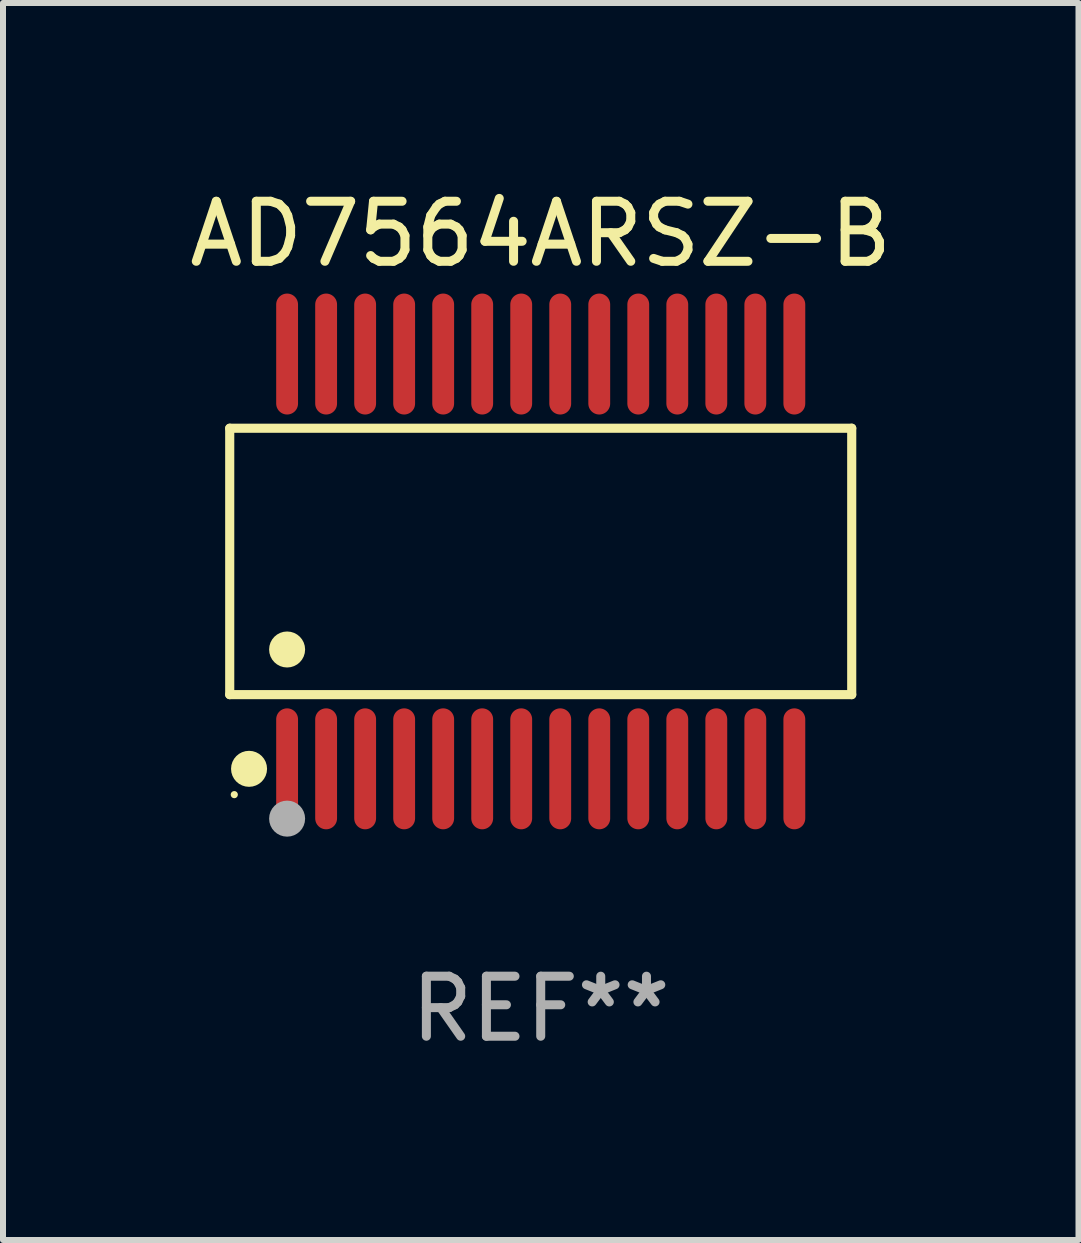
<source format=kicad_pcb>
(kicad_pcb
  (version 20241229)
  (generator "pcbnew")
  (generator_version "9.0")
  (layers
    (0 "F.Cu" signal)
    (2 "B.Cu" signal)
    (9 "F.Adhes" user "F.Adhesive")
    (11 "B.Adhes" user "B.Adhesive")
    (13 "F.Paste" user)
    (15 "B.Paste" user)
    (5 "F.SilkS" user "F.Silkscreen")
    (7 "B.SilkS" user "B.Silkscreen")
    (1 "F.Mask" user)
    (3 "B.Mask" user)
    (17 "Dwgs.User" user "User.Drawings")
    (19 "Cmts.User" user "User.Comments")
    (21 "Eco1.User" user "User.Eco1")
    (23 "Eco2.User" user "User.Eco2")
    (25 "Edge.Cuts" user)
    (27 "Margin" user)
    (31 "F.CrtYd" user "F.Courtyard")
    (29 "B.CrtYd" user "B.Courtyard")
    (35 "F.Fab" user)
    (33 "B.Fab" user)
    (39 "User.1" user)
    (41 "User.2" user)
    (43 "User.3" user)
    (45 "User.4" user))
  (footprint "AD7564ARSZ-B"
    (layer "F.Cu")
    (at 5.958 6.303)
    (property "Reference" "AD7564ARSZ-B" (at 0 -5.455 0) (layer "F.SilkS") (effects (font (size 1 1) (thickness 0.15))))
    (attr through_hole)
    (fp_line (start -5.181 -2.219) (end 5.181 -2.219) (stroke (width 0.152) (type solid)) (layer "F.SilkS"))
    (fp_line (start -5.181 2.219) (end -5.181 -2.219) (stroke (width 0.152) (type solid)) (layer "F.SilkS"))
    (fp_line (start 5.181 -2.219) (end 5.181 2.219) (stroke (width 0.152) (type solid)) (layer "F.SilkS"))
    (fp_line (start 5.181 2.219) (end -5.181 2.219) (stroke (width 0.152) (type solid)) (layer "F.SilkS"))
    (fp_circle (center -5.105 3.885) (end -5.075 3.885) (stroke (width 0.06) (type solid)) (fill no) (layer "F.SilkS"))
    (fp_circle (center -4.859 3.455) (end -4.709 3.455) (stroke (width 0.3) (type solid)) (fill no) (layer "F.SilkS"))
    (fp_circle (center -4.225 1.467) (end -4.075 1.467) (stroke (width 0.3) (type solid)) (fill no) (layer "F.SilkS"))
    (fp_circle (center -4.225 4.285) (end -4.075 4.285) (stroke (width 0.3) (type solid)) (fill no) (layer "F.Fab"))
    (fp_text user "REF**" (at 0 7.455 0) (layer "F.Fab") (effects (font (size 1 1) (thickness 0.15))))
    (pad "1" smd oval (at -4.225 3.455) (size 0.364 2.015) (layers "F.Cu" "F.Mask" "F.Paste"))
    (pad "2" smd oval (at -3.575 3.455) (size 0.364 2.015) (layers "F.Cu" "F.Mask" "F.Paste"))
    (pad "3" smd oval (at -2.925 3.455) (size 0.364 2.015) (layers "F.Cu" "F.Mask" "F.Paste"))
    (pad "4" smd oval (at -2.275 3.455) (size 0.364 2.015) (layers "F.Cu" "F.Mask" "F.Paste"))
    (pad "5" smd oval (at -1.625 3.455) (size 0.364 2.015) (layers "F.Cu" "F.Mask" "F.Paste"))
    (pad "6" smd oval (at -0.975 3.455) (size 0.364 2.015) (layers "F.Cu" "F.Mask" "F.Paste"))
    (pad "7" smd oval (at -0.325 3.455) (size 0.364 2.015) (layers "F.Cu" "F.Mask" "F.Paste"))
    (pad "8" smd oval (at 0.325 3.455) (size 0.364 2.015) (layers "F.Cu" "F.Mask" "F.Paste"))
    (pad "9" smd oval (at 0.975 3.455) (size 0.364 2.015) (layers "F.Cu" "F.Mask" "F.Paste"))
    (pad "10" smd oval (at 1.625 3.455) (size 0.364 2.015) (layers "F.Cu" "F.Mask" "F.Paste"))
    (pad "11" smd oval (at 2.275 3.455) (size 0.364 2.015) (layers "F.Cu" "F.Mask" "F.Paste"))
    (pad "12" smd oval (at 2.925 3.455) (size 0.364 2.015) (layers "F.Cu" "F.Mask" "F.Paste"))
    (pad "13" smd oval (at 3.575 3.455) (size 0.364 2.015) (layers "F.Cu" "F.Mask" "F.Paste"))
    (pad "14" smd oval (at 4.225 3.455) (size 0.364 2.015) (layers "F.Cu" "F.Mask" "F.Paste"))
    (pad "15" smd oval (at 4.225 -3.455) (size 0.364 2.015) (layers "F.Cu" "F.Mask" "F.Paste"))
    (pad "16" smd oval (at 3.575 -3.455) (size 0.364 2.015) (layers "F.Cu" "F.Mask" "F.Paste"))
    (pad "17" smd oval (at 2.925 -3.455) (size 0.364 2.015) (layers "F.Cu" "F.Mask" "F.Paste"))
    (pad "18" smd oval (at 2.275 -3.455) (size 0.364 2.015) (layers "F.Cu" "F.Mask" "F.Paste"))
    (pad "19" smd oval (at 1.625 -3.455) (size 0.364 2.015) (layers "F.Cu" "F.Mask" "F.Paste"))
    (pad "20" smd oval (at 0.975 -3.455) (size 0.364 2.015) (layers "F.Cu" "F.Mask" "F.Paste"))
    (pad "21" smd oval (at 0.325 -3.455) (size 0.364 2.015) (layers "F.Cu" "F.Mask" "F.Paste"))
    (pad "22" smd oval (at -0.325 -3.455) (size 0.364 2.015) (layers "F.Cu" "F.Mask" "F.Paste"))
    (pad "23" smd oval (at -0.975 -3.455) (size 0.364 2.015) (layers "F.Cu" "F.Mask" "F.Paste"))
    (pad "24" smd oval (at -1.625 -3.455) (size 0.364 2.015) (layers "F.Cu" "F.Mask" "F.Paste"))
    (pad "25" smd oval (at -2.275 -3.455) (size 0.364 2.015) (layers "F.Cu" "F.Mask" "F.Paste"))
    (pad "26" smd oval (at -2.925 -3.455) (size 0.364 2.015) (layers "F.Cu" "F.Mask" "F.Paste"))
    (pad "27" smd oval (at -3.575 -3.455) (size 0.364 2.015) (layers "F.Cu" "F.Mask" "F.Paste"))
    (pad "28" smd oval (at -4.225 -3.455) (size 0.364 2.015) (layers "F.Cu" "F.Mask" "F.Paste")))
  (gr_rect
    (start -3 -3)
    (end 14.917 17.607)
    (stroke (width 0.1) (type default))
    (fill no)
    (layer "Edge.Cuts")))
</source>
